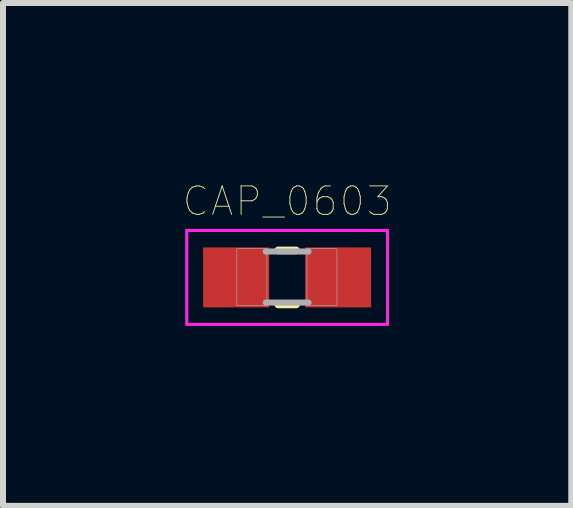
<source format=kicad_pcb>
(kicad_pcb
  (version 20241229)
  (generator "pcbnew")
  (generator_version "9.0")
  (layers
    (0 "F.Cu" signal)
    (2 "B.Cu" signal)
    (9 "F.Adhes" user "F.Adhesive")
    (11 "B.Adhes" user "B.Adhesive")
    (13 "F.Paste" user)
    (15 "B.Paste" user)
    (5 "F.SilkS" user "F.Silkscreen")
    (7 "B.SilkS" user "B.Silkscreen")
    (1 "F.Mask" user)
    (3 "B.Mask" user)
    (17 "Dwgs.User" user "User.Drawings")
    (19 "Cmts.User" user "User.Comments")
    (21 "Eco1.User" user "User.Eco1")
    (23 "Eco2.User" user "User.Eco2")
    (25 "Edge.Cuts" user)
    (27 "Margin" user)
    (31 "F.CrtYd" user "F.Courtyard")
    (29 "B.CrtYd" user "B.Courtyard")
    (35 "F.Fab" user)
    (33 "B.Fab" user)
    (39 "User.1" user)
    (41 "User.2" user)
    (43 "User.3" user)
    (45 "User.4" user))
  (footprint "CAP_0603"
    (layer "F.Cu")
    (at 1.736 1.574)
    (property "Reference" "CAP_0603" (at 0 -1.27 0) (layer "F.SilkS") (effects (font (size 0.474 0.474) (thickness 0.015))))
    (attr through_hole)
    (fp_line (start -0.15 -0.45) (end 0.15 -0.45) (stroke (width 0.127) (type solid)) (layer "F.SilkS"))
    (fp_line (start -0.15 0.45) (end 0.15 0.45) (stroke (width 0.127) (type solid)) (layer "F.SilkS"))
    (fp_line (start -1.673 -0.783) (end 1.673 -0.783) (stroke (width 0.051) (type solid)) (layer "F.CrtYd"))
    (fp_line (start -1.673 0.783) (end -1.673 -0.783) (stroke (width 0.051) (type solid)) (layer "F.CrtYd"))
    (fp_line (start 1.673 -0.783) (end 1.673 0.783) (stroke (width 0.051) (type solid)) (layer "F.CrtYd"))
    (fp_line (start 1.673 0.783) (end -1.673 0.783) (stroke (width 0.051) (type solid)) (layer "F.CrtYd"))
    (fp_line (start -0.356 -0.432) (end 0.356 -0.432) (stroke (width 0.102) (type solid)) (layer "F.Fab"))
    (fp_line (start -0.356 0.419) (end 0.356 0.419) (stroke (width 0.102) (type solid)) (layer "F.Fab"))
    (fp_poly (pts (xy -0.839 -0.48) (xy -0.338 -0.48) (xy -0.338 0.47) (xy -0.839 0.47)) (stroke (width 0.01) (type solid)) (fill no) (layer "F.Fab"))
    (fp_poly (pts (xy 0.331 -0.48) (xy 0.83 -0.48) (xy 0.83 0.471) (xy 0.331 0.471)) (stroke (width 0.01) (type solid)) (fill no) (layer "F.Fab"))
    (pad "1" smd rect (at -0.85 0) (size 1.1 1) (layers "F.Cu" "F.Mask" "F.Paste"))
    (pad "2" smd rect (at 0.85 0) (size 1.1 1) (layers "F.Cu" "F.Mask" "F.Paste")))
  (gr_rect
    (start -3 -3)
    (end 6.472 5.382)
    (stroke (width 0.1) (type default))
    (fill no)
    (layer "Edge.Cuts")))
</source>
